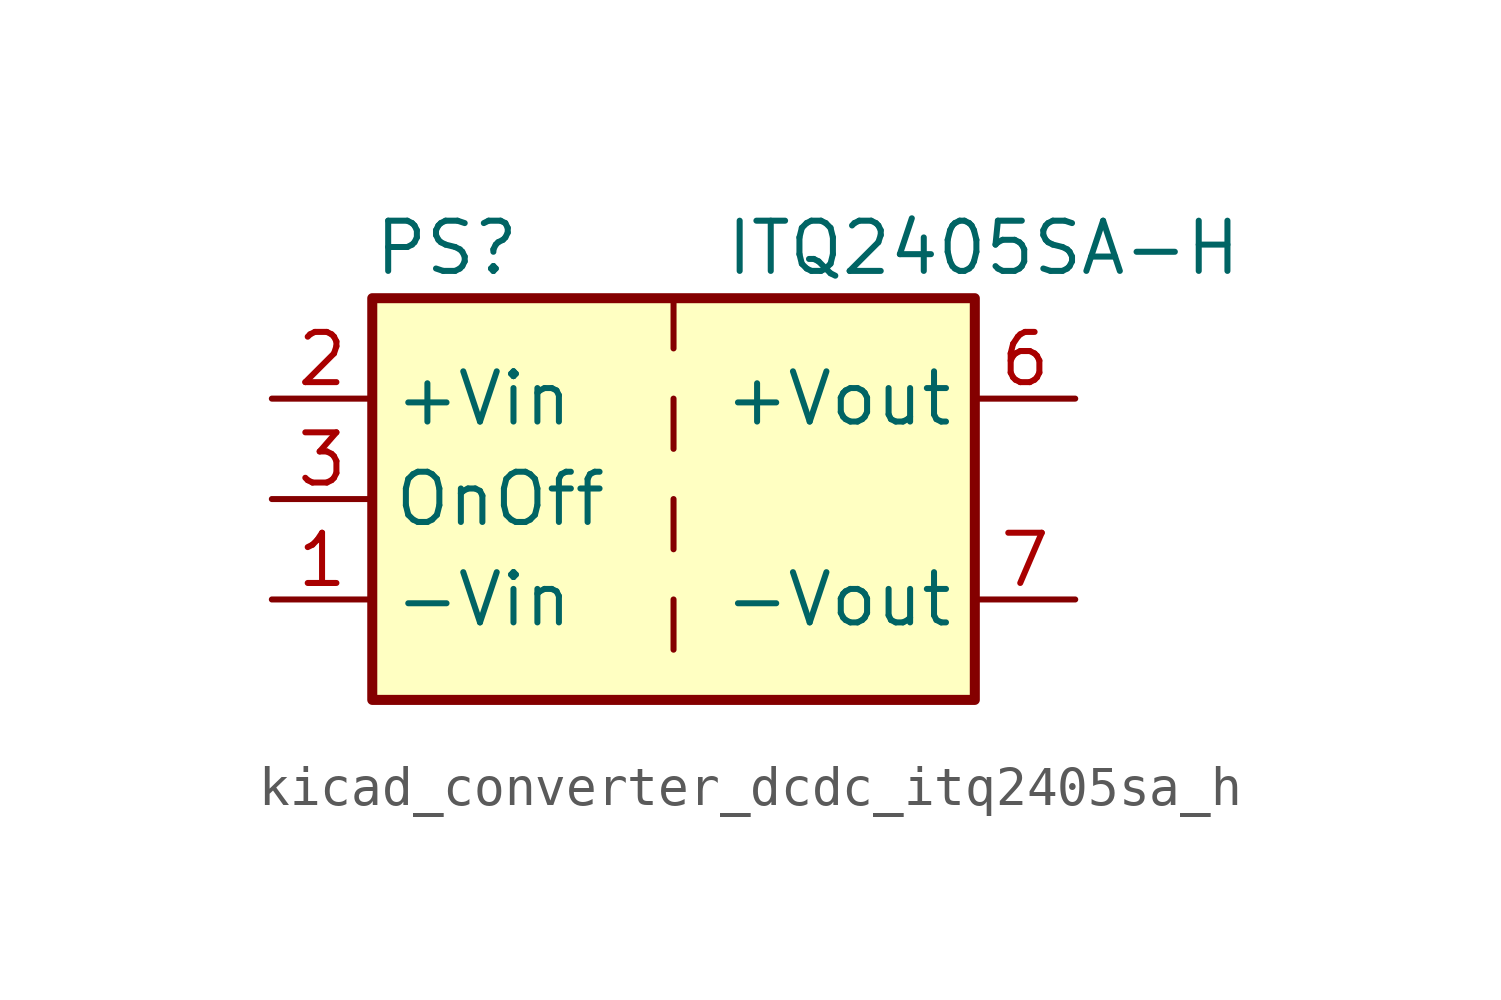
<source format=kicad_sym>
(kicad_symbol_lib
  (version 20220914)
  (generator kicad_symbol_editor)
  (symbol "kicad_converter_dcdc_itq2405sa_h"
    (property "Reference" "PS"
      (at -7.62 6.35 0)
      (effects (font (size 1.27 1.27)) (justify left)))
    (property "Value" "ITQ2405SA-H"
      (at 1.27 6.35 0)
      (effects (font (size 1.27 1.27)) (justify left)))
    (symbol "kicad_converter_dcdc_itq2405sa_h_0_0"
      (pin power_in line (at -10.16 -2.54 0) (length 2.54) (name "-Vin" (effects (font (size 1.27 1.27)))) (number "1" (effects (font (size 1.27 1.27)))))
      (pin power_in line (at -10.16 2.54 0) (length 2.54) (name "+Vin" (effects (font (size 1.27 1.27)))) (number "2" (effects (font (size 1.27 1.27)))))
      (pin input line (at -10.16 0 0) (length 2.54) (name "OnOff" (effects (font (size 1.27 1.27)))) (number "3" (effects (font (size 1.27 1.27)))))
      (pin power_out line (at 10.16 2.54 180) (length 2.54) (name "+Vout" (effects (font (size 1.27 1.27)))) (number "6" (effects (font (size 1.27 1.27)))))
      (pin power_out line (at 10.16 -2.54 180) (length 2.54) (name "-Vout" (effects (font (size 1.27 1.27)))) (number "7" (effects (font (size 1.27 1.27)))))
      (pin no_connect line (at 7.62 0 180) (length 2.54) hide (name "NC" (effects (font (size 1.27 1.27)))) (number "8" (effects (font (size 1.27 1.27))))))
    (symbol "kicad_converter_dcdc_itq2405sa_h_0_1"
      (rectangle (start -7.62 5.08) (end 7.62 -5.08) (stroke (width 0.254) (type default)) (fill (type background)))
      (polyline (pts (xy 0 -2.54) (xy 0 -3.81)) (stroke (width 0) (type default)) (fill (type none)))
      (polyline (pts (xy 0 0) (xy 0 -1.27)) (stroke (width 0) (type default)) (fill (type none)))
      (polyline (pts (xy 0 2.54) (xy 0 1.27)) (stroke (width 0) (type default)) (fill (type none)))
      (polyline (pts (xy 0 5.08) (xy 0 3.81)) (stroke (width 0) (type default)) (fill (type none))))))
</source>
